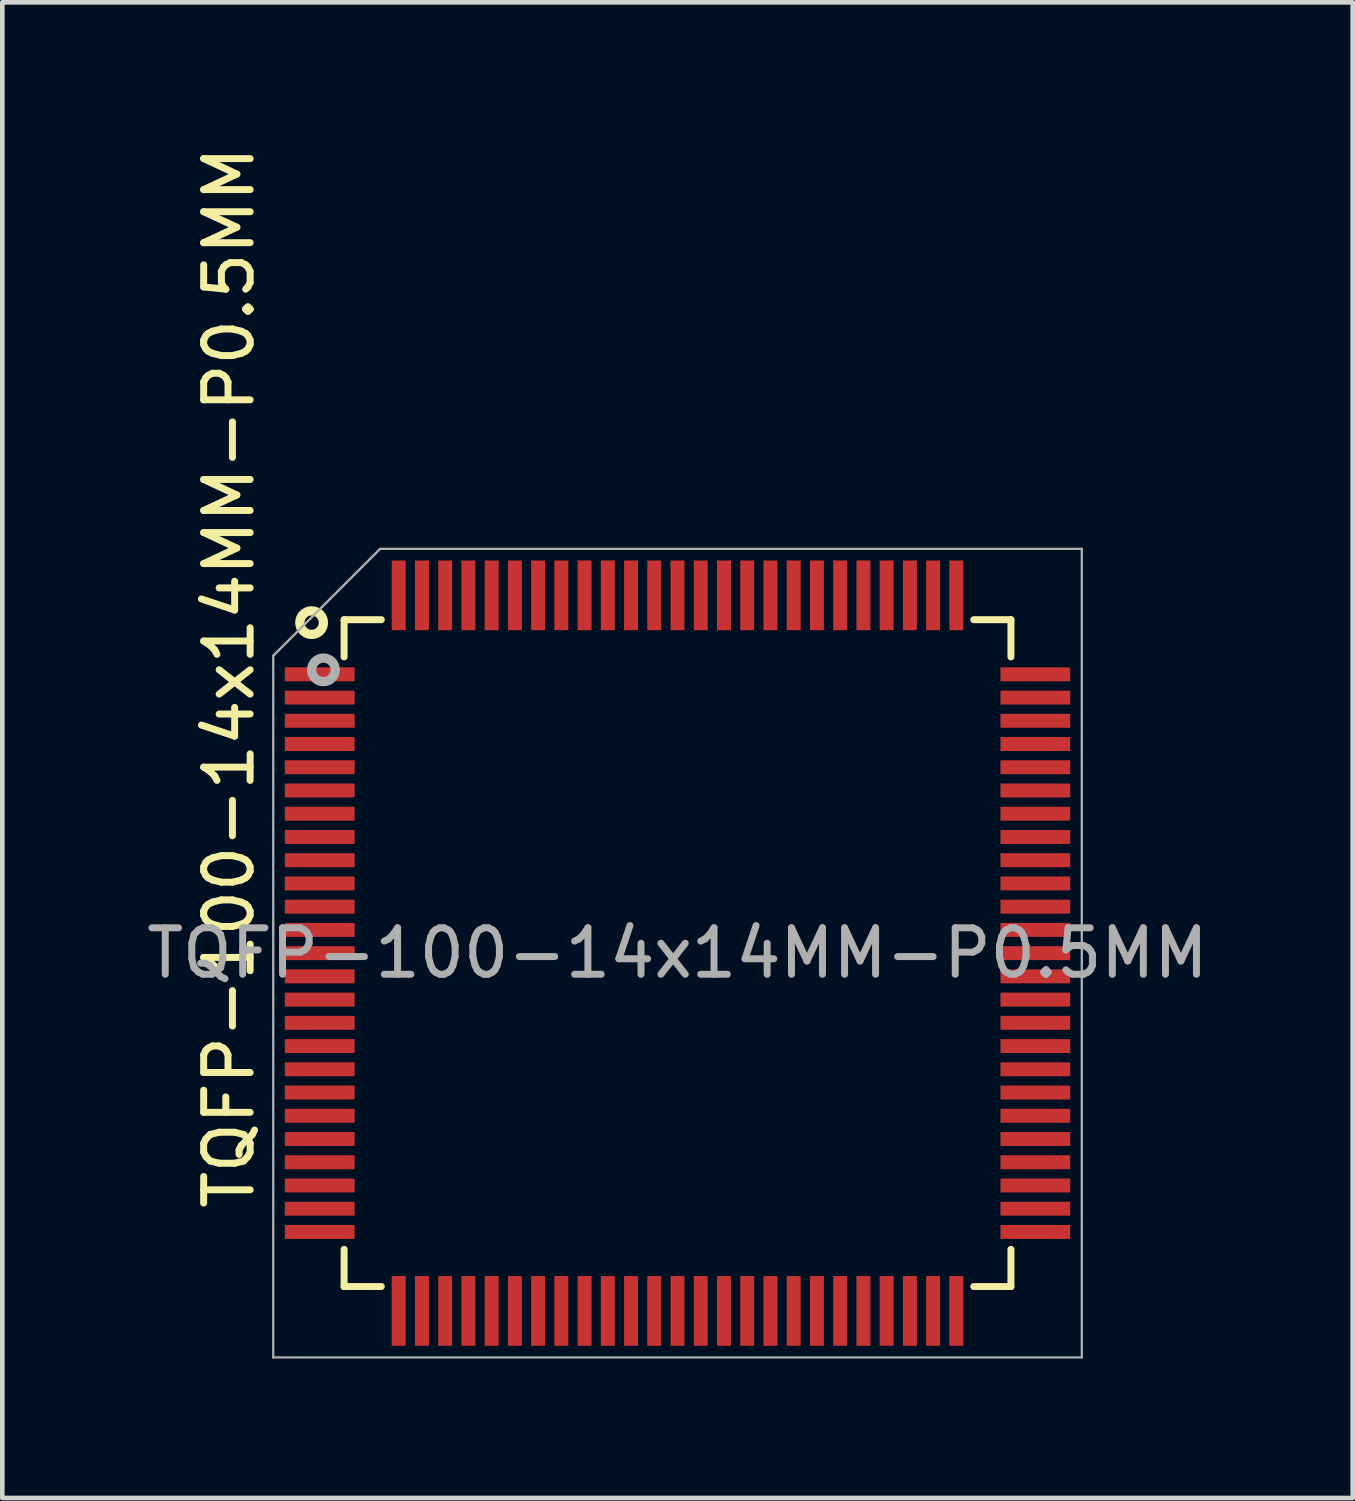
<source format=kicad_pcb>
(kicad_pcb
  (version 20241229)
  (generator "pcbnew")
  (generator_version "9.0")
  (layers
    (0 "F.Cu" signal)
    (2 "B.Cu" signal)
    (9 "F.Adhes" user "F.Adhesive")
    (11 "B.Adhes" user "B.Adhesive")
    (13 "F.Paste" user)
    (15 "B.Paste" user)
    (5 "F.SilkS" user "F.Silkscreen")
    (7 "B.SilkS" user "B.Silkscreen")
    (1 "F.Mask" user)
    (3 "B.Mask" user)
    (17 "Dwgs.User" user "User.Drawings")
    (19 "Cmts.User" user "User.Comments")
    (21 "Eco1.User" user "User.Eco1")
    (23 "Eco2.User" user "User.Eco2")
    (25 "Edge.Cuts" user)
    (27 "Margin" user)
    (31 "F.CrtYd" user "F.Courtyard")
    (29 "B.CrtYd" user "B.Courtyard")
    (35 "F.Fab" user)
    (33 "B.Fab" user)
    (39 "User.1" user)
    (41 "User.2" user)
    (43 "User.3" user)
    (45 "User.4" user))
  (footprint "TQFP-100-14x14MM-P0.5MM"
    (layer "F.Cu")
    (at 11.53 17.461)
    (property "Reference" "TQFP-100-14x14MM-P0.5MM" (at 0 0 180) (layer "F.Fab") (effects (font (size 1 1) (thickness 0.15))))
    (attr smd)
    (fp_line (start -7.175 -7.175) (end -7.175 -6.375) (stroke (width 0.15) (type solid)) (layer "F.SilkS"))
    (fp_line (start -7.175 -7.175) (end -6.375 -7.175) (stroke (width 0.15) (type solid)) (layer "F.SilkS"))
    (fp_line (start -7.175 7.175) (end -7.175 6.375) (stroke (width 0.15) (type solid)) (layer "F.SilkS"))
    (fp_line (start -7.175 7.175) (end -6.375 7.175) (stroke (width 0.15) (type solid)) (layer "F.SilkS"))
    (fp_line (start 7.175 -7.175) (end 6.375 -7.175) (stroke (width 0.15) (type solid)) (layer "F.SilkS"))
    (fp_line (start 7.175 -7.175) (end 7.175 -6.375) (stroke (width 0.15) (type solid)) (layer "F.SilkS"))
    (fp_line (start 7.175 7.175) (end 6.375 7.175) (stroke (width 0.15) (type solid)) (layer "F.SilkS"))
    (fp_line (start 7.175 7.175) (end 7.175 6.375) (stroke (width 0.15) (type solid)) (layer "F.SilkS"))
    (fp_circle (center -7.874 -7.112) (end -7.874 -6.858) (stroke (width 0.2) (type solid)) (fill no) (layer "F.SilkS"))
    (fp_line (start -8.7 -6.4) (end -8.7 8.7) (stroke (width 0.05) (type solid)) (layer "F.Fab"))
    (fp_line (start -8.7 -6.4) (end -6.4 -8.7) (stroke (width 0.05) (type solid)) (layer "F.Fab"))
    (fp_line (start -8.7 8.7) (end 8.7 8.7) (stroke (width 0.05) (type solid)) (layer "F.Fab"))
    (fp_line (start -6.4 -8.7) (end 8.7 -8.7) (stroke (width 0.05) (type solid)) (layer "F.Fab"))
    (fp_line (start 8.7 -8.7) (end 8.7 8.7) (stroke (width 0.05) (type solid)) (layer "F.Fab"))
    (fp_circle (center -7.62 -6.096) (end -7.62 -5.842) (stroke (width 0.2) (type solid)) (fill no) (layer "F.Fab"))
    (fp_text user "${REFERENCE}" (at -9.652 -5.931 90) (layer "F.SilkS") (effects (font (size 1 1) (thickness 0.15))))
    (pad "1" smd rect (at -7.7 -6) (size 1.5 0.3) (layers "F.Cu" "F.Mask" "F.Paste"))
    (pad "2" smd rect (at -7.7 -5.5) (size 1.5 0.3) (layers "F.Cu" "F.Mask" "F.Paste"))
    (pad "3" smd rect (at -7.7 -5) (size 1.5 0.3) (layers "F.Cu" "F.Mask" "F.Paste"))
    (pad "4" smd rect (at -7.7 -4.5) (size 1.5 0.3) (layers "F.Cu" "F.Mask" "F.Paste"))
    (pad "5" smd rect (at -7.7 -4) (size 1.5 0.3) (layers "F.Cu" "F.Mask" "F.Paste"))
    (pad "6" smd rect (at -7.7 -3.5) (size 1.5 0.3) (layers "F.Cu" "F.Mask" "F.Paste"))
    (pad "7" smd rect (at -7.7 -3) (size 1.5 0.3) (layers "F.Cu" "F.Mask" "F.Paste"))
    (pad "8" smd rect (at -7.7 -2.5) (size 1.5 0.3) (layers "F.Cu" "F.Mask" "F.Paste"))
    (pad "9" smd rect (at -7.7 -2) (size 1.5 0.3) (layers "F.Cu" "F.Mask" "F.Paste"))
    (pad "10" smd rect (at -7.7 -1.5) (size 1.5 0.3) (layers "F.Cu" "F.Mask" "F.Paste"))
    (pad "11" smd rect (at -7.7 -1) (size 1.5 0.3) (layers "F.Cu" "F.Mask" "F.Paste"))
    (pad "12" smd rect (at -7.7 -0.5) (size 1.5 0.3) (layers "F.Cu" "F.Mask" "F.Paste"))
    (pad "13" smd rect (at -7.7 0) (size 1.5 0.3) (layers "F.Cu" "F.Mask" "F.Paste"))
    (pad "14" smd rect (at -7.7 0.5) (size 1.5 0.3) (layers "F.Cu" "F.Mask" "F.Paste"))
    (pad "15" smd rect (at -7.7 1) (size 1.5 0.3) (layers "F.Cu" "F.Mask" "F.Paste"))
    (pad "16" smd rect (at -7.7 1.5) (size 1.5 0.3) (layers "F.Cu" "F.Mask" "F.Paste"))
    (pad "17" smd rect (at -7.7 2) (size 1.5 0.3) (layers "F.Cu" "F.Mask" "F.Paste"))
    (pad "18" smd rect (at -7.7 2.5) (size 1.5 0.3) (layers "F.Cu" "F.Mask" "F.Paste"))
    (pad "19" smd rect (at -7.7 3) (size 1.5 0.3) (layers "F.Cu" "F.Mask" "F.Paste"))
    (pad "20" smd rect (at -7.7 3.5) (size 1.5 0.3) (layers "F.Cu" "F.Mask" "F.Paste"))
    (pad "21" smd rect (at -7.7 4) (size 1.5 0.3) (layers "F.Cu" "F.Mask" "F.Paste"))
    (pad "22" smd rect (at -7.7 4.5) (size 1.5 0.3) (layers "F.Cu" "F.Mask" "F.Paste"))
    (pad "23" smd rect (at -7.7 5) (size 1.5 0.3) (layers "F.Cu" "F.Mask" "F.Paste"))
    (pad "24" smd rect (at -7.7 5.5) (size 1.5 0.3) (layers "F.Cu" "F.Mask" "F.Paste"))
    (pad "25" smd rect (at -7.7 6) (size 1.5 0.3) (layers "F.Cu" "F.Mask" "F.Paste"))
    (pad "26" smd rect (at -6 7.7 90) (size 1.5 0.3) (layers "F.Cu" "F.Mask" "F.Paste"))
    (pad "27" smd rect (at -5.5 7.7 90) (size 1.5 0.3) (layers "F.Cu" "F.Mask" "F.Paste"))
    (pad "28" smd rect (at -5 7.7 90) (size 1.5 0.3) (layers "F.Cu" "F.Mask" "F.Paste"))
    (pad "29" smd rect (at -4.5 7.7 90) (size 1.5 0.3) (layers "F.Cu" "F.Mask" "F.Paste"))
    (pad "30" smd rect (at -4 7.7 90) (size 1.5 0.3) (layers "F.Cu" "F.Mask" "F.Paste"))
    (pad "31" smd rect (at -3.5 7.7 90) (size 1.5 0.3) (layers "F.Cu" "F.Mask" "F.Paste"))
    (pad "32" smd rect (at -3 7.7 90) (size 1.5 0.3) (layers "F.Cu" "F.Mask" "F.Paste"))
    (pad "33" smd rect (at -2.5 7.7 90) (size 1.5 0.3) (layers "F.Cu" "F.Mask" "F.Paste"))
    (pad "34" smd rect (at -2 7.7 90) (size 1.5 0.3) (layers "F.Cu" "F.Mask" "F.Paste"))
    (pad "35" smd rect (at -1.5 7.7 90) (size 1.5 0.3) (layers "F.Cu" "F.Mask" "F.Paste"))
    (pad "36" smd rect (at -1 7.7 90) (size 1.5 0.3) (layers "F.Cu" "F.Mask" "F.Paste"))
    (pad "37" smd rect (at -0.5 7.7 90) (size 1.5 0.3) (layers "F.Cu" "F.Mask" "F.Paste"))
    (pad "38" smd rect (at 0 7.7 90) (size 1.5 0.3) (layers "F.Cu" "F.Mask" "F.Paste"))
    (pad "39" smd rect (at 0.5 7.7 90) (size 1.5 0.3) (layers "F.Cu" "F.Mask" "F.Paste"))
    (pad "40" smd rect (at 1 7.7 90) (size 1.5 0.3) (layers "F.Cu" "F.Mask" "F.Paste"))
    (pad "41" smd rect (at 1.5 7.7 90) (size 1.5 0.3) (layers "F.Cu" "F.Mask" "F.Paste"))
    (pad "42" smd rect (at 2 7.7 90) (size 1.5 0.3) (layers "F.Cu" "F.Mask" "F.Paste"))
    (pad "43" smd rect (at 2.5 7.7 90) (size 1.5 0.3) (layers "F.Cu" "F.Mask" "F.Paste"))
    (pad "44" smd rect (at 3 7.7 90) (size 1.5 0.3) (layers "F.Cu" "F.Mask" "F.Paste"))
    (pad "45" smd rect (at 3.5 7.7 90) (size 1.5 0.3) (layers "F.Cu" "F.Mask" "F.Paste"))
    (pad "46" smd rect (at 4 7.7 90) (size 1.5 0.3) (layers "F.Cu" "F.Mask" "F.Paste"))
    (pad "47" smd rect (at 4.5 7.7 90) (size 1.5 0.3) (layers "F.Cu" "F.Mask" "F.Paste"))
    (pad "48" smd rect (at 5 7.7 90) (size 1.5 0.3) (layers "F.Cu" "F.Mask" "F.Paste"))
    (pad "49" smd rect (at 5.5 7.7 90) (size 1.5 0.3) (layers "F.Cu" "F.Mask" "F.Paste"))
    (pad "50" smd rect (at 6 7.7 90) (size 1.5 0.3) (layers "F.Cu" "F.Mask" "F.Paste"))
    (pad "51" smd rect (at 7.7 6) (size 1.5 0.3) (layers "F.Cu" "F.Mask" "F.Paste"))
    (pad "52" smd rect (at 7.7 5.5) (size 1.5 0.3) (layers "F.Cu" "F.Mask" "F.Paste"))
    (pad "53" smd rect (at 7.7 5) (size 1.5 0.3) (layers "F.Cu" "F.Mask" "F.Paste"))
    (pad "54" smd rect (at 7.7 4.5) (size 1.5 0.3) (layers "F.Cu" "F.Mask" "F.Paste"))
    (pad "55" smd rect (at 7.7 4) (size 1.5 0.3) (layers "F.Cu" "F.Mask" "F.Paste"))
    (pad "56" smd rect (at 7.7 3.5) (size 1.5 0.3) (layers "F.Cu" "F.Mask" "F.Paste"))
    (pad "57" smd rect (at 7.7 3) (size 1.5 0.3) (layers "F.Cu" "F.Mask" "F.Paste"))
    (pad "58" smd rect (at 7.7 2.5) (size 1.5 0.3) (layers "F.Cu" "F.Mask" "F.Paste"))
    (pad "59" smd rect (at 7.7 2) (size 1.5 0.3) (layers "F.Cu" "F.Mask" "F.Paste"))
    (pad "60" smd rect (at 7.7 1.5) (size 1.5 0.3) (layers "F.Cu" "F.Mask" "F.Paste"))
    (pad "61" smd rect (at 7.7 1) (size 1.5 0.3) (layers "F.Cu" "F.Mask" "F.Paste"))
    (pad "62" smd rect (at 7.7 0.5) (size 1.5 0.3) (layers "F.Cu" "F.Mask" "F.Paste"))
    (pad "63" smd rect (at 7.7 0) (size 1.5 0.3) (layers "F.Cu" "F.Mask" "F.Paste"))
    (pad "64" smd rect (at 7.7 -0.5) (size 1.5 0.3) (layers "F.Cu" "F.Mask" "F.Paste"))
    (pad "65" smd rect (at 7.7 -1) (size 1.5 0.3) (layers "F.Cu" "F.Mask" "F.Paste"))
    (pad "66" smd rect (at 7.7 -1.5) (size 1.5 0.3) (layers "F.Cu" "F.Mask" "F.Paste"))
    (pad "67" smd rect (at 7.7 -2) (size 1.5 0.3) (layers "F.Cu" "F.Mask" "F.Paste"))
    (pad "68" smd rect (at 7.7 -2.5) (size 1.5 0.3) (layers "F.Cu" "F.Mask" "F.Paste"))
    (pad "69" smd rect (at 7.7 -3) (size 1.5 0.3) (layers "F.Cu" "F.Mask" "F.Paste"))
    (pad "70" smd rect (at 7.7 -3.5) (size 1.5 0.3) (layers "F.Cu" "F.Mask" "F.Paste"))
    (pad "71" smd rect (at 7.7 -4) (size 1.5 0.3) (layers "F.Cu" "F.Mask" "F.Paste"))
    (pad "72" smd rect (at 7.7 -4.5) (size 1.5 0.3) (layers "F.Cu" "F.Mask" "F.Paste"))
    (pad "73" smd rect (at 7.7 -5) (size 1.5 0.3) (layers "F.Cu" "F.Mask" "F.Paste"))
    (pad "74" smd rect (at 7.7 -5.5) (size 1.5 0.3) (layers "F.Cu" "F.Mask" "F.Paste"))
    (pad "75" smd rect (at 7.7 -6) (size 1.5 0.3) (layers "F.Cu" "F.Mask" "F.Paste"))
    (pad "76" smd rect (at 6 -7.7 90) (size 1.5 0.3) (layers "F.Cu" "F.Mask" "F.Paste"))
    (pad "77" smd rect (at 5.5 -7.7 90) (size 1.5 0.3) (layers "F.Cu" "F.Mask" "F.Paste"))
    (pad "78" smd rect (at 5 -7.7 90) (size 1.5 0.3) (layers "F.Cu" "F.Mask" "F.Paste"))
    (pad "79" smd rect (at 4.5 -7.7 90) (size 1.5 0.3) (layers "F.Cu" "F.Mask" "F.Paste"))
    (pad "80" smd rect (at 4 -7.7 90) (size 1.5 0.3) (layers "F.Cu" "F.Mask" "F.Paste"))
    (pad "81" smd rect (at 3.5 -7.7 90) (size 1.5 0.3) (layers "F.Cu" "F.Mask" "F.Paste"))
    (pad "82" smd rect (at 3 -7.7 90) (size 1.5 0.3) (layers "F.Cu" "F.Mask" "F.Paste"))
    (pad "83" smd rect (at 2.5 -7.7 90) (size 1.5 0.3) (layers "F.Cu" "F.Mask" "F.Paste"))
    (pad "84" smd rect (at 2 -7.7 90) (size 1.5 0.3) (layers "F.Cu" "F.Mask" "F.Paste"))
    (pad "85" smd rect (at 1.5 -7.7 90) (size 1.5 0.3) (layers "F.Cu" "F.Mask" "F.Paste"))
    (pad "86" smd rect (at 1 -7.7 90) (size 1.5 0.3) (layers "F.Cu" "F.Mask" "F.Paste"))
    (pad "87" smd rect (at 0.5 -7.7 90) (size 1.5 0.3) (layers "F.Cu" "F.Mask" "F.Paste"))
    (pad "88" smd rect (at 0 -7.7 90) (size 1.5 0.3) (layers "F.Cu" "F.Mask" "F.Paste"))
    (pad "89" smd rect (at -0.5 -7.7 90) (size 1.5 0.3) (layers "F.Cu" "F.Mask" "F.Paste"))
    (pad "90" smd rect (at -1 -7.7 90) (size 1.5 0.3) (layers "F.Cu" "F.Mask" "F.Paste"))
    (pad "91" smd rect (at -1.5 -7.7 90) (size 1.5 0.3) (layers "F.Cu" "F.Mask" "F.Paste"))
    (pad "92" smd rect (at -2 -7.7 90) (size 1.5 0.3) (layers "F.Cu" "F.Mask" "F.Paste"))
    (pad "93" smd rect (at -2.5 -7.7 90) (size 1.5 0.3) (layers "F.Cu" "F.Mask" "F.Paste"))
    (pad "94" smd rect (at -3 -7.7 90) (size 1.5 0.3) (layers "F.Cu" "F.Mask" "F.Paste"))
    (pad "95" smd rect (at -3.5 -7.7 90) (size 1.5 0.3) (layers "F.Cu" "F.Mask" "F.Paste"))
    (pad "96" smd rect (at -4 -7.7 90) (size 1.5 0.3) (layers "F.Cu" "F.Mask" "F.Paste"))
    (pad "97" smd rect (at -4.5 -7.7 90) (size 1.5 0.3) (layers "F.Cu" "F.Mask" "F.Paste"))
    (pad "98" smd rect (at -5 -7.7 90) (size 1.5 0.3) (layers "F.Cu" "F.Mask" "F.Paste"))
    (pad "99" smd rect (at -5.5 -7.7 90) (size 1.5 0.3) (layers "F.Cu" "F.Mask" "F.Paste"))
    (pad "100" smd rect (at -6 -7.7 90) (size 1.5 0.3) (layers "F.Cu" "F.Mask" "F.Paste")))
  (gr_rect
    (start -3 -3)
    (end 26.06 29.186)
    (stroke (width 0.1) (type default))
    (fill no)
    (layer "Edge.Cuts")))
</source>
